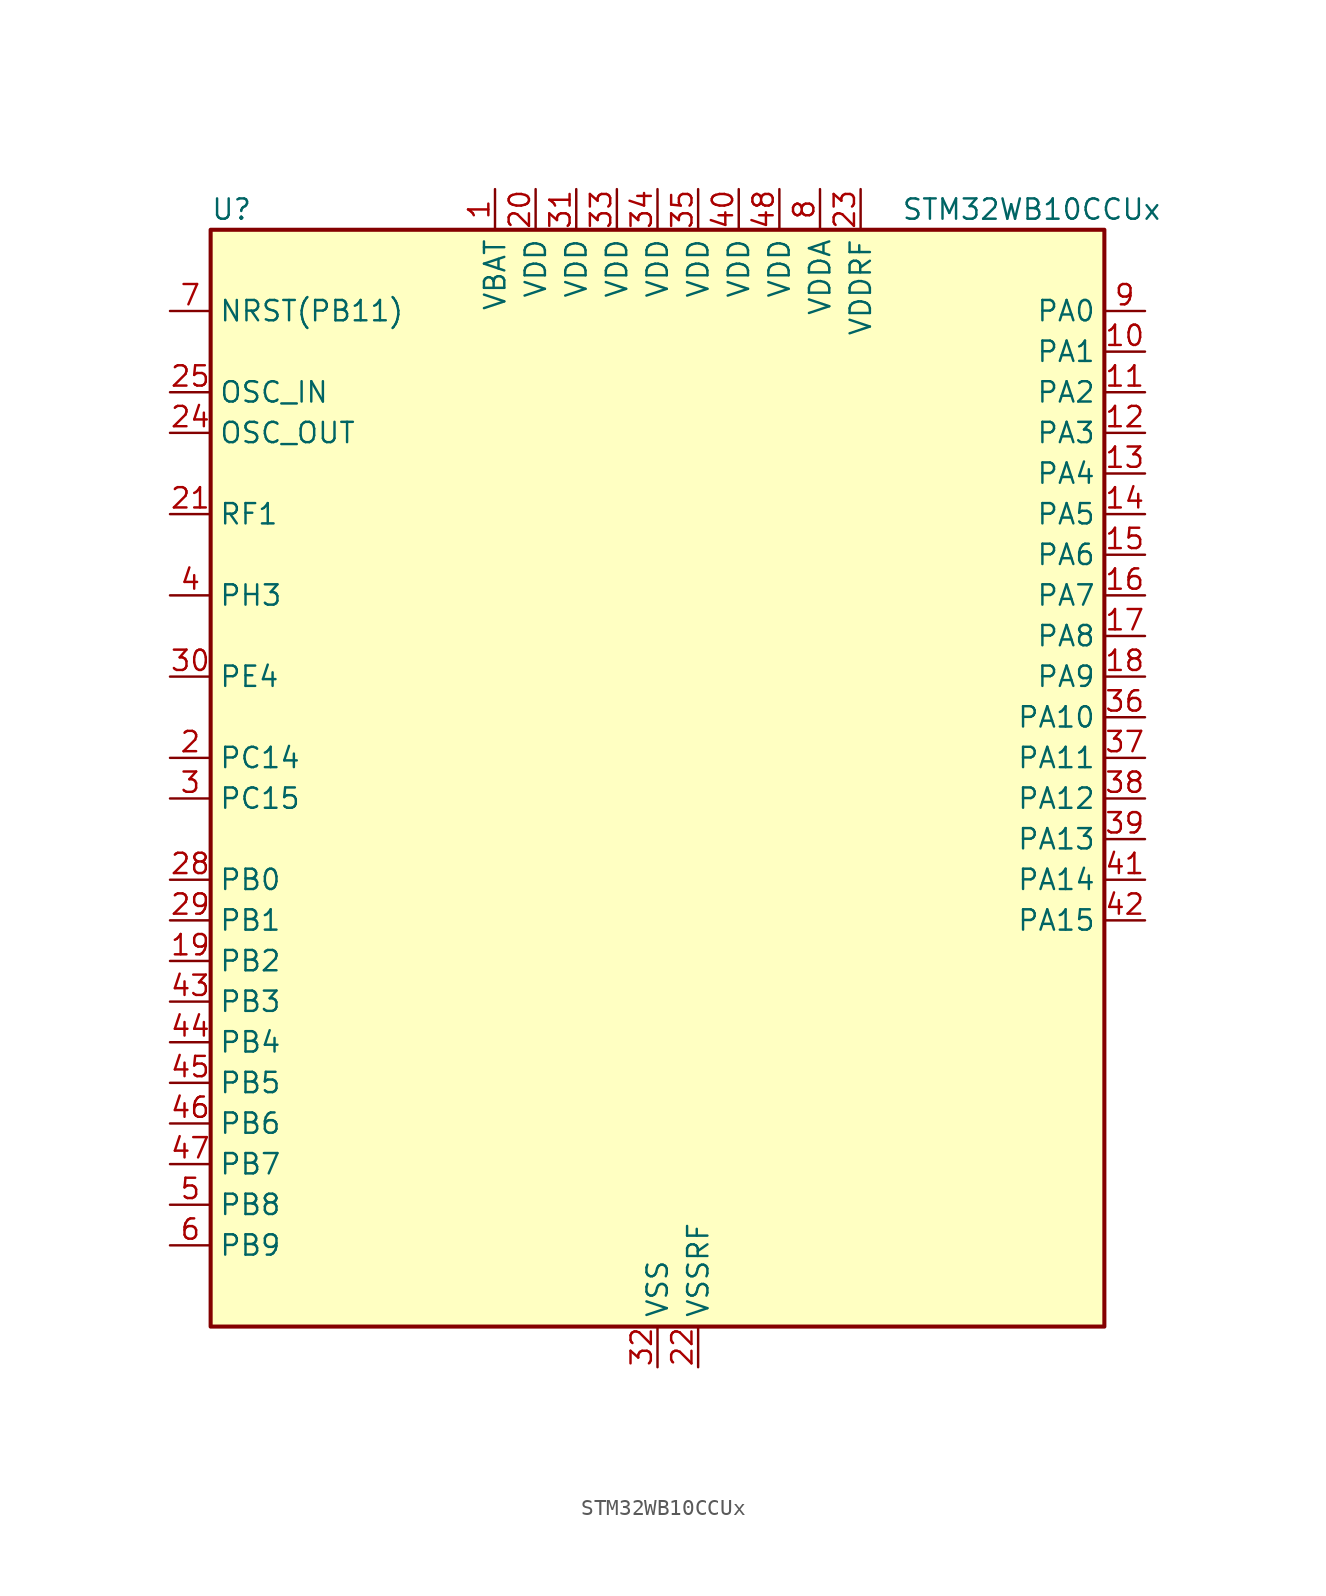
<source format=kicad_sym>
(kicad_symbol_lib
  (version 20231120)
  (generator "kicad-library-utils")
  (generator_version "8.0")
  (symbol "STM32WB10CCUx"
    (property "Reference" "U"
      (at -27.94 36.83 0)
      (effects (font (size 1.27 1.27)) (justify left)))
    (property "Value" "STM32WB10CCUx"
      (at 15.24 36.83 0)
      (effects (font (size 1.27 1.27)) (justify left)))
    (symbol "STM32WB10CCUx_0_1"
      (rectangle (start -27.94 -33.02) (end 27.94 35.56) (stroke (width 0.254) (type default)) (fill (type background))))
    (symbol "STM32WB10CCUx_1_1"
      (pin power_in line (at -10.16 38.1 270) (length 2.54) (name "VBAT" (effects (font (size 1.27 1.27)))) (number "1" (effects (font (size 1.27 1.27)))))
      (pin bidirectional line (at 30.48 27.94 180) (length 2.54) (name "PA1" (effects (font (size 1.27 1.27)))) (number "10" (effects (font (size 1.27 1.27)))) (alternate "ADC1_IN6" bidirectional line) (alternate "I2C1_SMBA" bidirectional line) (alternate "SPI1_SCK" bidirectional line) (alternate "TIM2_CH2" bidirectional line))
      (pin bidirectional line (at 30.48 25.4 180) (length 2.54) (name "PA2" (effects (font (size 1.27 1.27)))) (number "11" (effects (font (size 1.27 1.27)))) (alternate "ADC1_IN7" bidirectional line) (alternate "RCC_LSCO" bidirectional line) (alternate "SYS_WKUP4" bidirectional line) (alternate "TIM2_CH3" bidirectional line))
      (pin bidirectional line (at 30.48 22.86 180) (length 2.54) (name "PA3" (effects (font (size 1.27 1.27)))) (number "12" (effects (font (size 1.27 1.27)))) (alternate "ADC1_IN8" bidirectional line) (alternate "TIM2_CH4" bidirectional line))
      (pin bidirectional line (at 30.48 20.32 180) (length 2.54) (name "PA4" (effects (font (size 1.27 1.27)))) (number "13" (effects (font (size 1.27 1.27)))) (alternate "ADC1_IN9" bidirectional line) (alternate "LPTIM2_OUT" bidirectional line) (alternate "SPI1_NSS" bidirectional line))
      (pin bidirectional line (at 30.48 17.78 180) (length 2.54) (name "PA5" (effects (font (size 1.27 1.27)))) (number "14" (effects (font (size 1.27 1.27)))) (alternate "ADC1_IN10" bidirectional line) (alternate "LPTIM2_ETR" bidirectional line) (alternate "SPI1_MOSI" bidirectional line) (alternate "SPI1_SCK" bidirectional line) (alternate "TIM2_CH1" bidirectional line) (alternate "TIM2_ETR" bidirectional line))
      (pin bidirectional line (at 30.48 15.24 180) (length 2.54) (name "PA6" (effects (font (size 1.27 1.27)))) (number "15" (effects (font (size 1.27 1.27)))) (alternate "ADC1_IN11" bidirectional line) (alternate "SPI1_MISO" bidirectional line) (alternate "TIM1_BKIN" bidirectional line))
      (pin bidirectional line (at 30.48 12.7 180) (length 2.54) (name "PA7" (effects (font (size 1.27 1.27)))) (number "16" (effects (font (size 1.27 1.27)))) (alternate "ADC1_IN2" bidirectional line) (alternate "SPI1_MOSI" bidirectional line) (alternate "TIM1_CH1N" bidirectional line))
      (pin bidirectional line (at 30.48 10.16 180) (length 2.54) (name "PA8" (effects (font (size 1.27 1.27)))) (number "17" (effects (font (size 1.27 1.27)))) (alternate "ADC1_IN3" bidirectional line) (alternate "LPTIM2_OUT" bidirectional line) (alternate "RCC_MCO" bidirectional line) (alternate "TIM1_CH1" bidirectional line) (alternate "USART1_CK" bidirectional line))
      (pin bidirectional line (at 30.48 7.62 180) (length 2.54) (name "PA9" (effects (font (size 1.27 1.27)))) (number "18" (effects (font (size 1.27 1.27)))) (alternate "ADC1_IN4" bidirectional line) (alternate "I2C1_SCL" bidirectional line) (alternate "TIM1_CH2" bidirectional line) (alternate "USART1_TX" bidirectional line))
      (pin bidirectional line (at -30.48 -10.16 0) (length 2.54) (name "PB2" (effects (font (size 1.27 1.27)))) (number "19" (effects (font (size 1.27 1.27)))) (alternate "LPTIM1_OUT" bidirectional line) (alternate "RTC_OUT" bidirectional line) (alternate "SPI1_NSS" bidirectional line))
      (pin bidirectional line (at -30.48 2.54 0) (length 2.54) (name "PC14" (effects (font (size 1.27 1.27)))) (number "2" (effects (font (size 1.27 1.27)))) (alternate "RCC_OSC32_IN" bidirectional line))
      (pin power_in line (at -7.62 38.1 270) (length 2.54) (name "VDD" (effects (font (size 1.27 1.27)))) (number "20" (effects (font (size 1.27 1.27)))))
      (pin bidirectional line (at -30.48 17.78 0) (length 2.54) (name "RF1" (effects (font (size 1.27 1.27)))) (number "21" (effects (font (size 1.27 1.27)))) (alternate "RF_RF1" bidirectional line))
      (pin power_in line (at 2.54 -35.56 90) (length 2.54) (name "VSSRF" (effects (font (size 1.27 1.27)))) (number "22" (effects (font (size 1.27 1.27)))))
      (pin power_in line (at 12.7 38.1 270) (length 2.54) (name "VDDRF" (effects (font (size 1.27 1.27)))) (number "23" (effects (font (size 1.27 1.27)))))
      (pin input line (at -30.48 22.86 0) (length 2.54) (name "OSC_OUT" (effects (font (size 1.27 1.27)))) (number "24" (effects (font (size 1.27 1.27)))) (alternate "RCC_OSC_OUT" bidirectional line))
      (pin input line (at -30.48 25.4 0) (length 2.54) (name "OSC_IN" (effects (font (size 1.27 1.27)))) (number "25" (effects (font (size 1.27 1.27)))) (alternate "RCC_OSC_IN" bidirectional line))
      (pin no_connect line (at -27.94 -33.02 0) (length 2.54) hide (name "AT0" (effects (font (size 1.27 1.27)))) (number "26" (effects (font (size 1.27 1.27)))))
      (pin no_connect line (at -27.94 -30.48 0) (length 2.54) hide (name "AT1" (effects (font (size 1.27 1.27)))) (number "27" (effects (font (size 1.27 1.27)))))
      (pin bidirectional line (at -30.48 -5.08 0) (length 2.54) (name "PB0" (effects (font (size 1.27 1.27)))) (number "28" (effects (font (size 1.27 1.27)))) (alternate "RF_TX_MOD_EXT_PA" bidirectional line))
      (pin bidirectional line (at -30.48 -7.62 0) (length 2.54) (name "PB1" (effects (font (size 1.27 1.27)))) (number "29" (effects (font (size 1.27 1.27)))) (alternate "LPTIM2_IN1" bidirectional line))
      (pin bidirectional line (at -30.48 0 0) (length 2.54) (name "PC15" (effects (font (size 1.27 1.27)))) (number "3" (effects (font (size 1.27 1.27)))) (alternate "RCC_OSC32_OUT" bidirectional line))
      (pin bidirectional line (at -30.48 7.62 0) (length 2.54) (name "PE4" (effects (font (size 1.27 1.27)))) (number "30" (effects (font (size 1.27 1.27)))))
      (pin power_in line (at -5.08 38.1 270) (length 2.54) (name "VDD" (effects (font (size 1.27 1.27)))) (number "31" (effects (font (size 1.27 1.27)))))
      (pin power_in line (at 0 -35.56 90) (length 2.54) (name "VSS" (effects (font (size 1.27 1.27)))) (number "32" (effects (font (size 1.27 1.27)))))
      (pin power_in line (at -2.54 38.1 270) (length 2.54) (name "VDD" (effects (font (size 1.27 1.27)))) (number "33" (effects (font (size 1.27 1.27)))))
      (pin power_in line (at 0 38.1 270) (length 2.54) (name "VDD" (effects (font (size 1.27 1.27)))) (number "34" (effects (font (size 1.27 1.27)))))
      (pin power_in line (at 2.54 38.1 270) (length 2.54) (name "VDD" (effects (font (size 1.27 1.27)))) (number "35" (effects (font (size 1.27 1.27)))))
      (pin bidirectional line (at 30.48 5.08 180) (length 2.54) (name "PA10" (effects (font (size 1.27 1.27)))) (number "36" (effects (font (size 1.27 1.27)))) (alternate "I2C1_SDA" bidirectional line) (alternate "TIM1_CH3" bidirectional line) (alternate "TSC_G7_IO2" bidirectional line) (alternate "USART1_RX" bidirectional line))
      (pin bidirectional line (at 30.48 2.54 180) (length 2.54) (name "PA11" (effects (font (size 1.27 1.27)))) (number "37" (effects (font (size 1.27 1.27)))) (alternate "ADC1_EXTI11" bidirectional line) (alternate "SPI1_MISO" bidirectional line) (alternate "TIM1_BKIN2" bidirectional line) (alternate "TIM1_CH4" bidirectional line) (alternate "USART1_CTS" bidirectional line) (alternate "USART1_NSS" bidirectional line))
      (pin bidirectional line (at 30.48 0 180) (length 2.54) (name "PA12" (effects (font (size 1.27 1.27)))) (number "38" (effects (font (size 1.27 1.27)))) (alternate "SPI1_MOSI" bidirectional line) (alternate "TIM1_ETR" bidirectional line) (alternate "USART1_DE" bidirectional line) (alternate "USART1_RTS" bidirectional line))
      (pin bidirectional line (at 30.48 -2.54 180) (length 2.54) (name "PA13" (effects (font (size 1.27 1.27)))) (number "39" (effects (font (size 1.27 1.27)))) (alternate "SPI1_MOSI" bidirectional line) (alternate "SYS_JTMS-SWDIO" bidirectional line) (alternate "TSC_G7_IO1" bidirectional line))
      (pin bidirectional line (at -30.48 12.7 0) (length 2.54) (name "PH3" (effects (font (size 1.27 1.27)))) (number "4" (effects (font (size 1.27 1.27)))) (alternate "RCC_LSCO" bidirectional line))
      (pin power_in line (at 5.08 38.1 270) (length 2.54) (name "VDD" (effects (font (size 1.27 1.27)))) (number "40" (effects (font (size 1.27 1.27)))))
      (pin bidirectional line (at 30.48 -5.08 180) (length 2.54) (name "PA14" (effects (font (size 1.27 1.27)))) (number "41" (effects (font (size 1.27 1.27)))) (alternate "I2C1_SMBA" bidirectional line) (alternate "LPTIM1_OUT" bidirectional line) (alternate "SPI1_NSS" bidirectional line) (alternate "SYS_JTCK-SWCLK" bidirectional line))
      (pin bidirectional line (at 30.48 -7.62 180) (length 2.54) (name "PA15" (effects (font (size 1.27 1.27)))) (number "42" (effects (font (size 1.27 1.27)))) (alternate "RCC_MCO" bidirectional line) (alternate "SPI1_NSS" bidirectional line) (alternate "SYS_JTDI" bidirectional line) (alternate "TIM2_CH1" bidirectional line) (alternate "TIM2_ETR" bidirectional line))
      (pin bidirectional line (at -30.48 -12.7 0) (length 2.54) (name "PB3" (effects (font (size 1.27 1.27)))) (number "43" (effects (font (size 1.27 1.27)))) (alternate "SPI1_SCK" bidirectional line) (alternate "SYS_JTDO-SWO" bidirectional line) (alternate "TIM2_CH2" bidirectional line) (alternate "USART1_DE" bidirectional line) (alternate "USART1_RTS" bidirectional line))
      (pin bidirectional line (at -30.48 -15.24 0) (length 2.54) (name "PB4" (effects (font (size 1.27 1.27)))) (number "44" (effects (font (size 1.27 1.27)))) (alternate "SPI1_MISO" bidirectional line) (alternate "SYS_JTRST" bidirectional line) (alternate "TSC_G2_IO1" bidirectional line) (alternate "USART1_CTS" bidirectional line) (alternate "USART1_NSS" bidirectional line))
      (pin bidirectional line (at -30.48 -17.78 0) (length 2.54) (name "PB5" (effects (font (size 1.27 1.27)))) (number "45" (effects (font (size 1.27 1.27)))) (alternate "I2C1_SMBA" bidirectional line) (alternate "LPTIM1_IN1" bidirectional line) (alternate "SPI1_MOSI" bidirectional line) (alternate "TSC_G2_IO2" bidirectional line) (alternate "USART1_CK" bidirectional line))
      (pin bidirectional line (at -30.48 -20.32 0) (length 2.54) (name "PB6" (effects (font (size 1.27 1.27)))) (number "46" (effects (font (size 1.27 1.27)))) (alternate "I2C1_SCL" bidirectional line) (alternate "LPTIM1_ETR" bidirectional line) (alternate "RCC_MCO" bidirectional line) (alternate "SPI1_NSS" bidirectional line) (alternate "TSC_G2_IO3" bidirectional line) (alternate "USART1_TX" bidirectional line))
      (pin bidirectional line (at -30.48 -22.86 0) (length 2.54) (name "PB7" (effects (font (size 1.27 1.27)))) (number "47" (effects (font (size 1.27 1.27)))) (alternate "I2C1_SDA" bidirectional line) (alternate "LPTIM1_IN2" bidirectional line) (alternate "SYS_PVD_IN" bidirectional line) (alternate "TIM1_BKIN" bidirectional line) (alternate "TIM1_CH3" bidirectional line) (alternate "TSC_G2_IO4" bidirectional line) (alternate "USART1_RX" bidirectional line))
      (pin power_in line (at 7.62 38.1 270) (length 2.54) (name "VDD" (effects (font (size 1.27 1.27)))) (number "48" (effects (font (size 1.27 1.27)))))
      (pin passive line (at 0 -35.56 90) (length 2.54) hide (name "VSS" (effects (font (size 1.27 1.27)))) (number "49" (effects (font (size 1.27 1.27)))))
      (pin bidirectional line (at -30.48 -25.4 0) (length 2.54) (name "PB8" (effects (font (size 1.27 1.27)))) (number "5" (effects (font (size 1.27 1.27)))) (alternate "I2C1_SCL" bidirectional line) (alternate "TIM1_CH2N" bidirectional line) (alternate "TSC_G7_IO3" bidirectional line))
      (pin bidirectional line (at -30.48 -27.94 0) (length 2.54) (name "PB9" (effects (font (size 1.27 1.27)))) (number "6" (effects (font (size 1.27 1.27)))) (alternate "I2C1_SDA" bidirectional line) (alternate "TIM1_CH3N" bidirectional line) (alternate "TSC_G7_IO4" bidirectional line))
      (pin input line (at -30.48 30.48 0) (length 2.54) (name "NRST(PB11)" (effects (font (size 1.27 1.27)))) (number "7" (effects (font (size 1.27 1.27)))))
      (pin power_in line (at 10.16 38.1 270) (length 2.54) (name "VDDA" (effects (font (size 1.27 1.27)))) (number "8" (effects (font (size 1.27 1.27)))))
      (pin bidirectional line (at 30.48 30.48 180) (length 2.54) (name "PA0" (effects (font (size 1.27 1.27)))) (number "9" (effects (font (size 1.27 1.27)))) (alternate "ADC1_IN5" bidirectional line) (alternate "RTC_TAMP2" bidirectional line) (alternate "SYS_WKUP1" bidirectional line) (alternate "TIM2_CH1" bidirectional line) (alternate "TIM2_ETR" bidirectional line)))))
</source>
